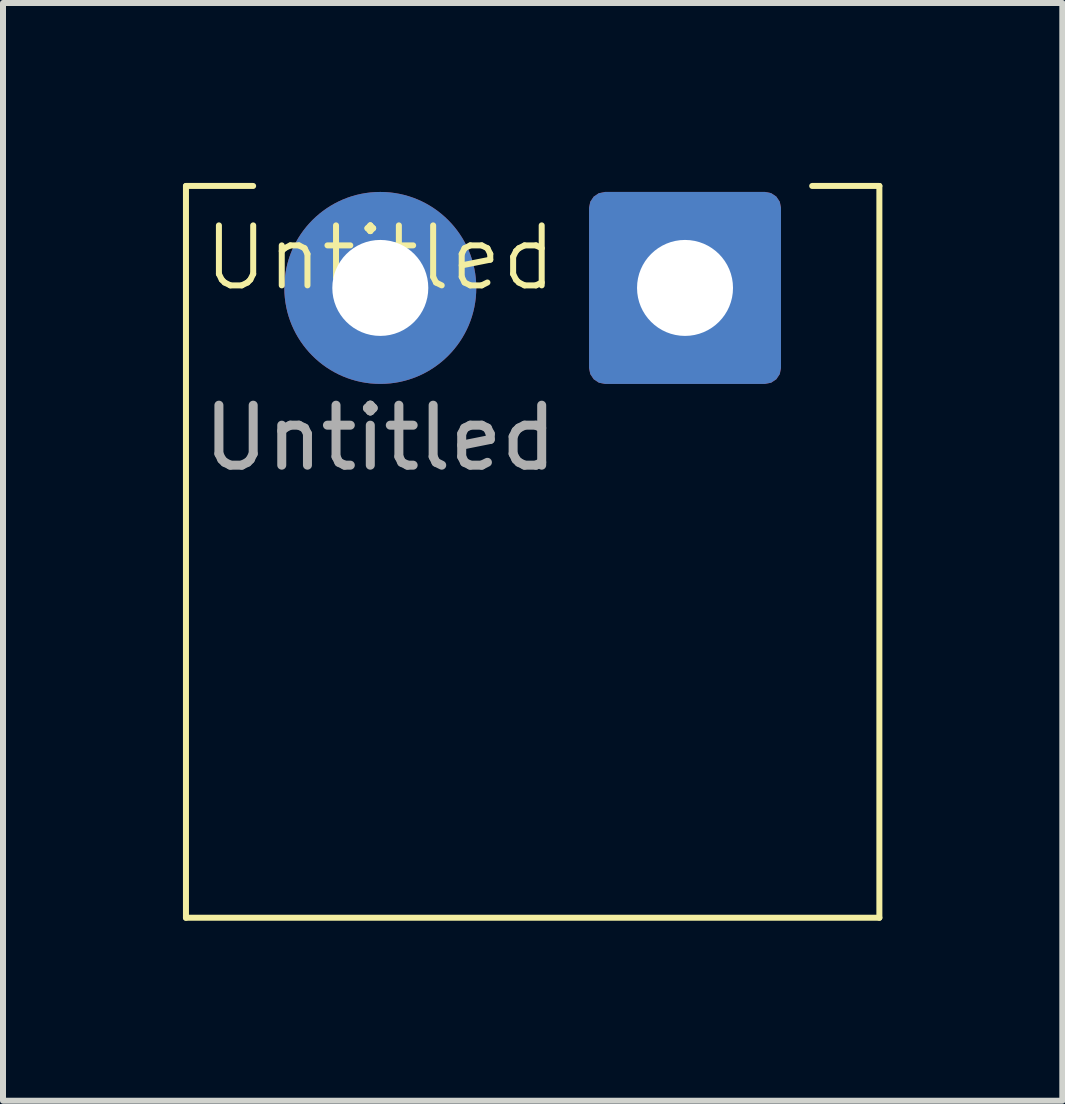
<source format=kicad_pcb>
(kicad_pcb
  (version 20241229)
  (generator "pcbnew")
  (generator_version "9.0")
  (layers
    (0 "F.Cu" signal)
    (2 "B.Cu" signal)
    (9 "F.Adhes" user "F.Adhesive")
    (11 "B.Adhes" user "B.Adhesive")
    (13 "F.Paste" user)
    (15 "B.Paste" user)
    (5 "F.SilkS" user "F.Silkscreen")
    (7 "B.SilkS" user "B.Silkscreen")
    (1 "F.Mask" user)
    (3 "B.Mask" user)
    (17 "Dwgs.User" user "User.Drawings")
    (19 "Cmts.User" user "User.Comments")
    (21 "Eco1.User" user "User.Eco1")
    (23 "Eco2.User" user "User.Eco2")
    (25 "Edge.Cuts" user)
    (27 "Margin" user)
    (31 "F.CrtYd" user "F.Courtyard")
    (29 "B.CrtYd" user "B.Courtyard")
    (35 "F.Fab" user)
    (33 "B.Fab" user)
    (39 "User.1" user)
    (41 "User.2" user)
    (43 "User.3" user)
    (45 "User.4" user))
  (footprint "Untitled"
    (layer "F.Cu")
    (at 3.29 1.75)
    (property "Reference" "Untitled" (at 0 -0.5 0) (unlocked yes) (layer "F.SilkS") (effects (font (size 1 1) (thickness 0.1))))
    (attr smd)
    (fp_line (start -3.24 -1.7) (end -3.24 10.5) (stroke (width 0.1) (type default)) (layer "F.SilkS"))
    (fp_line (start -3.24 -1.7) (end -2.12 -1.7) (stroke (width 0.1) (type solid)) (layer "F.SilkS"))
    (fp_line (start -3.24 10.5) (end 8.32 10.5) (stroke (width 0.1) (type default)) (layer "F.SilkS"))
    (fp_line (start 8.32 -1.7) (end 7.2 -1.7) (stroke (width 0.1) (type solid)) (layer "F.SilkS"))
    (fp_line (start 8.32 10.5) (end 8.32 -1.7) (stroke (width 0.1) (type default)) (layer "F.SilkS"))
    (fp_text user "${REFERENCE}" (at 0 2.5 0) (unlocked yes) (layer "F.Fab") (effects (font (size 1 1) (thickness 0.15))))
    (pad "1" thru_hole roundrect (at 5.08 0) (size 3.2 3.2) (drill 1.6) (layers "*.Cu" "*.Mask") (roundrect_rratio 0.083))
    (pad "2" thru_hole oval (at 0 0) (size 3.2 3.2) (drill 1.6) (layers "*.Cu" "*.Mask")))
  (gr_rect
    (start -3 -3)
    (end 14.66 15.3)
    (stroke (width 0.1) (type default))
    (fill no)
    (layer "Edge.Cuts")))
</source>
